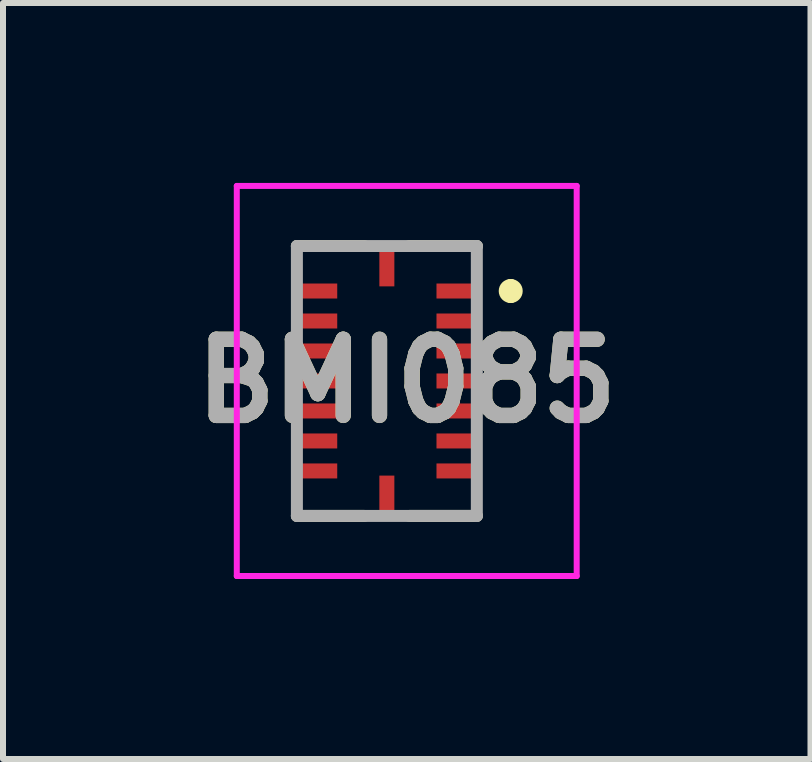
<source format=kicad_pcb>
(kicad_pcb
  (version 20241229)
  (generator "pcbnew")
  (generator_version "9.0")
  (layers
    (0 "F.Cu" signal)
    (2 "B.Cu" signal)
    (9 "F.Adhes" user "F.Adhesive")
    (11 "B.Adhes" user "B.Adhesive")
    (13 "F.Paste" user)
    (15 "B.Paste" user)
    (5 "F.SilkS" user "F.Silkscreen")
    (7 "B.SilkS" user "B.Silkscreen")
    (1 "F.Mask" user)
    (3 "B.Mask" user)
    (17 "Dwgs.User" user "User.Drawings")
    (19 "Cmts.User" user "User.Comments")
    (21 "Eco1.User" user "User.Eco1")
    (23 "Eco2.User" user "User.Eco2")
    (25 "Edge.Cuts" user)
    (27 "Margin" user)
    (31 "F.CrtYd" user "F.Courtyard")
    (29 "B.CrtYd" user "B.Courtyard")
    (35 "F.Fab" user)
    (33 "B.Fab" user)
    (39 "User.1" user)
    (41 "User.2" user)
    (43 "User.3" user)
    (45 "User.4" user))
  (footprint "BMI085"
    (layer "F.Cu")
    (at 3.4 3.302)
    (property "Reference" "BMI085" (at 0.331 0 0) (layer "F.SilkS") (effects (font (size 1.27 1.27) (thickness 0.254))))
    (attr smd)
    (fp_line (start -1.5 -2.25) (end -0.377 -2.25) (stroke (width 0.2) (type solid)) (layer "F.SilkS"))
    (fp_line (start -1.5 2.25) (end -0.377 2.25) (stroke (width 0.2) (type solid)) (layer "F.SilkS"))
    (fp_line (start 1.5 -2.25) (end 0.377 -2.25) (stroke (width 0.2) (type solid)) (layer "F.SilkS"))
    (fp_line (start 1.5 2.25) (end 0.377 2.25) (stroke (width 0.2) (type solid)) (layer "F.SilkS"))
    (fp_line (start 2.065 -1.6) (end 2.065 -1.6) (stroke (width 0.2) (type solid)) (layer "F.SilkS"))
    (fp_line (start 2.065 -1.4) (end 2.065 -1.4) (stroke (width 0.2) (type solid)) (layer "F.SilkS"))
    (fp_arc (start 2.065 -1.6) (mid 2.165 -1.5) (end 2.065 -1.4) (stroke (width 0.2) (type solid)) (layer "F.SilkS"))
    (fp_arc (start 2.065 -1.4) (mid 1.965 -1.5) (end 2.065 -1.6) (stroke (width 0.2) (type solid)) (layer "F.SilkS"))
    (fp_line (start -2.502 -3.252) (end 3.165 -3.252) (stroke (width 0.1) (type solid)) (layer "F.CrtYd"))
    (fp_line (start -2.502 3.252) (end -2.502 -3.252) (stroke (width 0.1) (type solid)) (layer "F.CrtYd"))
    (fp_line (start 3.165 -3.252) (end 3.165 3.252) (stroke (width 0.1) (type solid)) (layer "F.CrtYd"))
    (fp_line (start 3.165 3.252) (end -2.502 3.252) (stroke (width 0.1) (type solid)) (layer "F.CrtYd"))
    (fp_line (start -1.5 -2.25) (end 1.5 -2.25) (stroke (width 0.2) (type solid)) (layer "F.Fab"))
    (fp_line (start -1.5 2.25) (end -1.5 -2.25) (stroke (width 0.2) (type solid)) (layer "F.Fab"))
    (fp_line (start 1.5 -2.25) (end 1.5 2.25) (stroke (width 0.2) (type solid)) (layer "F.Fab"))
    (fp_line (start 1.5 2.25) (end -1.5 2.25) (stroke (width 0.2) (type solid)) (layer "F.Fab"))
    (fp_text user "${REFERENCE}" (at 0.331 0 0) (layer "F.Fab") (effects (font (size 1.27 1.27) (thickness 0.254))))
    (pad "1" smd rect (at 1.165 -1.5 90) (size 0.25 0.675) (layers "F.Cu" "F.Mask" "F.Paste"))
    (pad "2" smd rect (at 1.165 -1 90) (size 0.25 0.675) (layers "F.Cu" "F.Mask" "F.Paste"))
    (pad "3" smd rect (at 1.165 -0.5 90) (size 0.25 0.675) (layers "F.Cu" "F.Mask" "F.Paste"))
    (pad "4" smd rect (at 1.165 0 90) (size 0.25 0.675) (layers "F.Cu" "F.Mask" "F.Paste"))
    (pad "5" smd rect (at 1.165 0.5 90) (size 0.25 0.675) (layers "F.Cu" "F.Mask" "F.Paste"))
    (pad "6" smd rect (at 1.165 1 90) (size 0.25 0.675) (layers "F.Cu" "F.Mask" "F.Paste"))
    (pad "7" smd rect (at 1.165 1.5 90) (size 0.25 0.675) (layers "F.Cu" "F.Mask" "F.Paste"))
    (pad "8" smd rect (at 0 1.915) (size 0.25 0.675) (layers "F.Cu" "F.Mask" "F.Paste"))
    (pad "9" smd rect (at -1.165 1.5 90) (size 0.25 0.675) (layers "F.Cu" "F.Mask" "F.Paste"))
    (pad "10" smd rect (at -1.165 1 90) (size 0.25 0.675) (layers "F.Cu" "F.Mask" "F.Paste"))
    (pad "11" smd rect (at -1.165 0.5 90) (size 0.25 0.675) (layers "F.Cu" "F.Mask" "F.Paste"))
    (pad "12" smd rect (at -1.165 0 90) (size 0.25 0.675) (layers "F.Cu" "F.Mask" "F.Paste"))
    (pad "13" smd rect (at -1.165 -0.5 90) (size 0.25 0.675) (layers "F.Cu" "F.Mask" "F.Paste"))
    (pad "14" smd rect (at -1.165 -1 90) (size 0.25 0.675) (layers "F.Cu" "F.Mask" "F.Paste"))
    (pad "15" smd rect (at -1.165 -1.5 90) (size 0.25 0.675) (layers "F.Cu" "F.Mask" "F.Paste"))
    (pad "16" smd rect (at 0 -1.915) (size 0.25 0.675) (layers "F.Cu" "F.Mask" "F.Paste")))
  (gr_rect
    (start -3 -3)
    (end 10.463 9.604)
    (stroke (width 0.1) (type default))
    (fill no)
    (layer "Edge.Cuts")))
</source>
